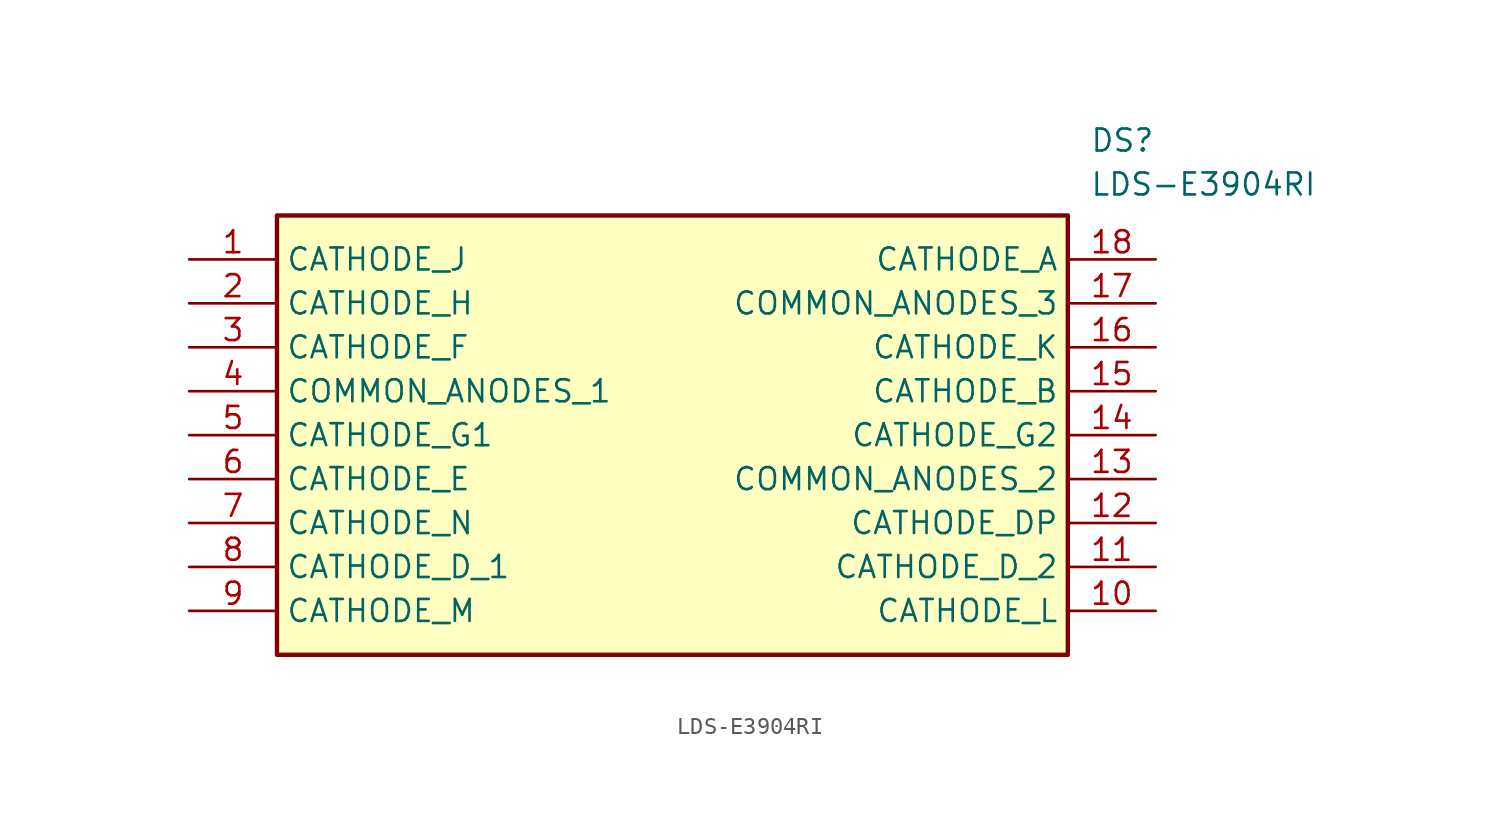
<source format=kicad_sym>
(kicad_symbol_lib
  (version 20211014)
  (generator SamacSys_ECAD_Model)
  (symbol "LDS-E3904RI"
    (property "Reference" "DS"
      (at 52.07 7.62 0)
      (effects (font (size 1.27 1.27)) (justify left top)))
    (property "Value" "LDS-E3904RI"
      (at 52.07 5.08 0)
      (effects (font (size 1.27 1.27)) (justify left top)))
    (rectangle
      (start 5.08 2.54)
      (end 50.8 -22.86)
      (stroke (width 0.254) (type default))
      (fill (type background)))
    (pin passive line
      (at 0 0 0)
      (length 5.08)
      (name "CATHODE_J" (effects (font (size 1.27 1.27))))
      (number "1" (effects (font (size 1.27 1.27)))))
    (pin passive line
      (at 0 -2.54 0)
      (length 5.08)
      (name "CATHODE_H" (effects (font (size 1.27 1.27))))
      (number "2" (effects (font (size 1.27 1.27)))))
    (pin passive line
      (at 0 -5.08 0)
      (length 5.08)
      (name "CATHODE_F" (effects (font (size 1.27 1.27))))
      (number "3" (effects (font (size 1.27 1.27)))))
    (pin passive line
      (at 0 -7.62 0)
      (length 5.08)
      (name "COMMON_ANODES_1" (effects (font (size 1.27 1.27))))
      (number "4" (effects (font (size 1.27 1.27)))))
    (pin passive line
      (at 0 -10.16 0)
      (length 5.08)
      (name "CATHODE_G1" (effects (font (size 1.27 1.27))))
      (number "5" (effects (font (size 1.27 1.27)))))
    (pin passive line
      (at 0 -12.7 0)
      (length 5.08)
      (name "CATHODE_E" (effects (font (size 1.27 1.27))))
      (number "6" (effects (font (size 1.27 1.27)))))
    (pin passive line
      (at 0 -15.24 0)
      (length 5.08)
      (name "CATHODE_N" (effects (font (size 1.27 1.27))))
      (number "7" (effects (font (size 1.27 1.27)))))
    (pin passive line
      (at 0 -17.78 0)
      (length 5.08)
      (name "CATHODE_D_1" (effects (font (size 1.27 1.27))))
      (number "8" (effects (font (size 1.27 1.27)))))
    (pin passive line
      (at 0 -20.32 0)
      (length 5.08)
      (name "CATHODE_M" (effects (font (size 1.27 1.27))))
      (number "9" (effects (font (size 1.27 1.27)))))
    (pin passive line
      (at 55.88 -20.32 180)
      (length 5.08)
      (name "CATHODE_L" (effects (font (size 1.27 1.27))))
      (number "10" (effects (font (size 1.27 1.27)))))
    (pin passive line
      (at 55.88 -17.78 180)
      (length 5.08)
      (name "CATHODE_D_2" (effects (font (size 1.27 1.27))))
      (number "11" (effects (font (size 1.27 1.27)))))
    (pin passive line
      (at 55.88 -15.24 180)
      (length 5.08)
      (name "CATHODE_DP" (effects (font (size 1.27 1.27))))
      (number "12" (effects (font (size 1.27 1.27)))))
    (pin passive line
      (at 55.88 -12.7 180)
      (length 5.08)
      (name "COMMON_ANODES_2" (effects (font (size 1.27 1.27))))
      (number "13" (effects (font (size 1.27 1.27)))))
    (pin passive line
      (at 55.88 -10.16 180)
      (length 5.08)
      (name "CATHODE_G2" (effects (font (size 1.27 1.27))))
      (number "14" (effects (font (size 1.27 1.27)))))
    (pin passive line
      (at 55.88 -7.62 180)
      (length 5.08)
      (name "CATHODE_B" (effects (font (size 1.27 1.27))))
      (number "15" (effects (font (size 1.27 1.27)))))
    (pin passive line
      (at 55.88 -5.08 180)
      (length 5.08)
      (name "CATHODE_K" (effects (font (size 1.27 1.27))))
      (number "16" (effects (font (size 1.27 1.27)))))
    (pin passive line
      (at 55.88 -2.54 180)
      (length 5.08)
      (name "COMMON_ANODES_3" (effects (font (size 1.27 1.27))))
      (number "17" (effects (font (size 1.27 1.27)))))
    (pin passive line
      (at 55.88 0 180)
      (length 5.08)
      (name "CATHODE_A" (effects (font (size 1.27 1.27))))
      (number "18" (effects (font (size 1.27 1.27)))))))
</source>
